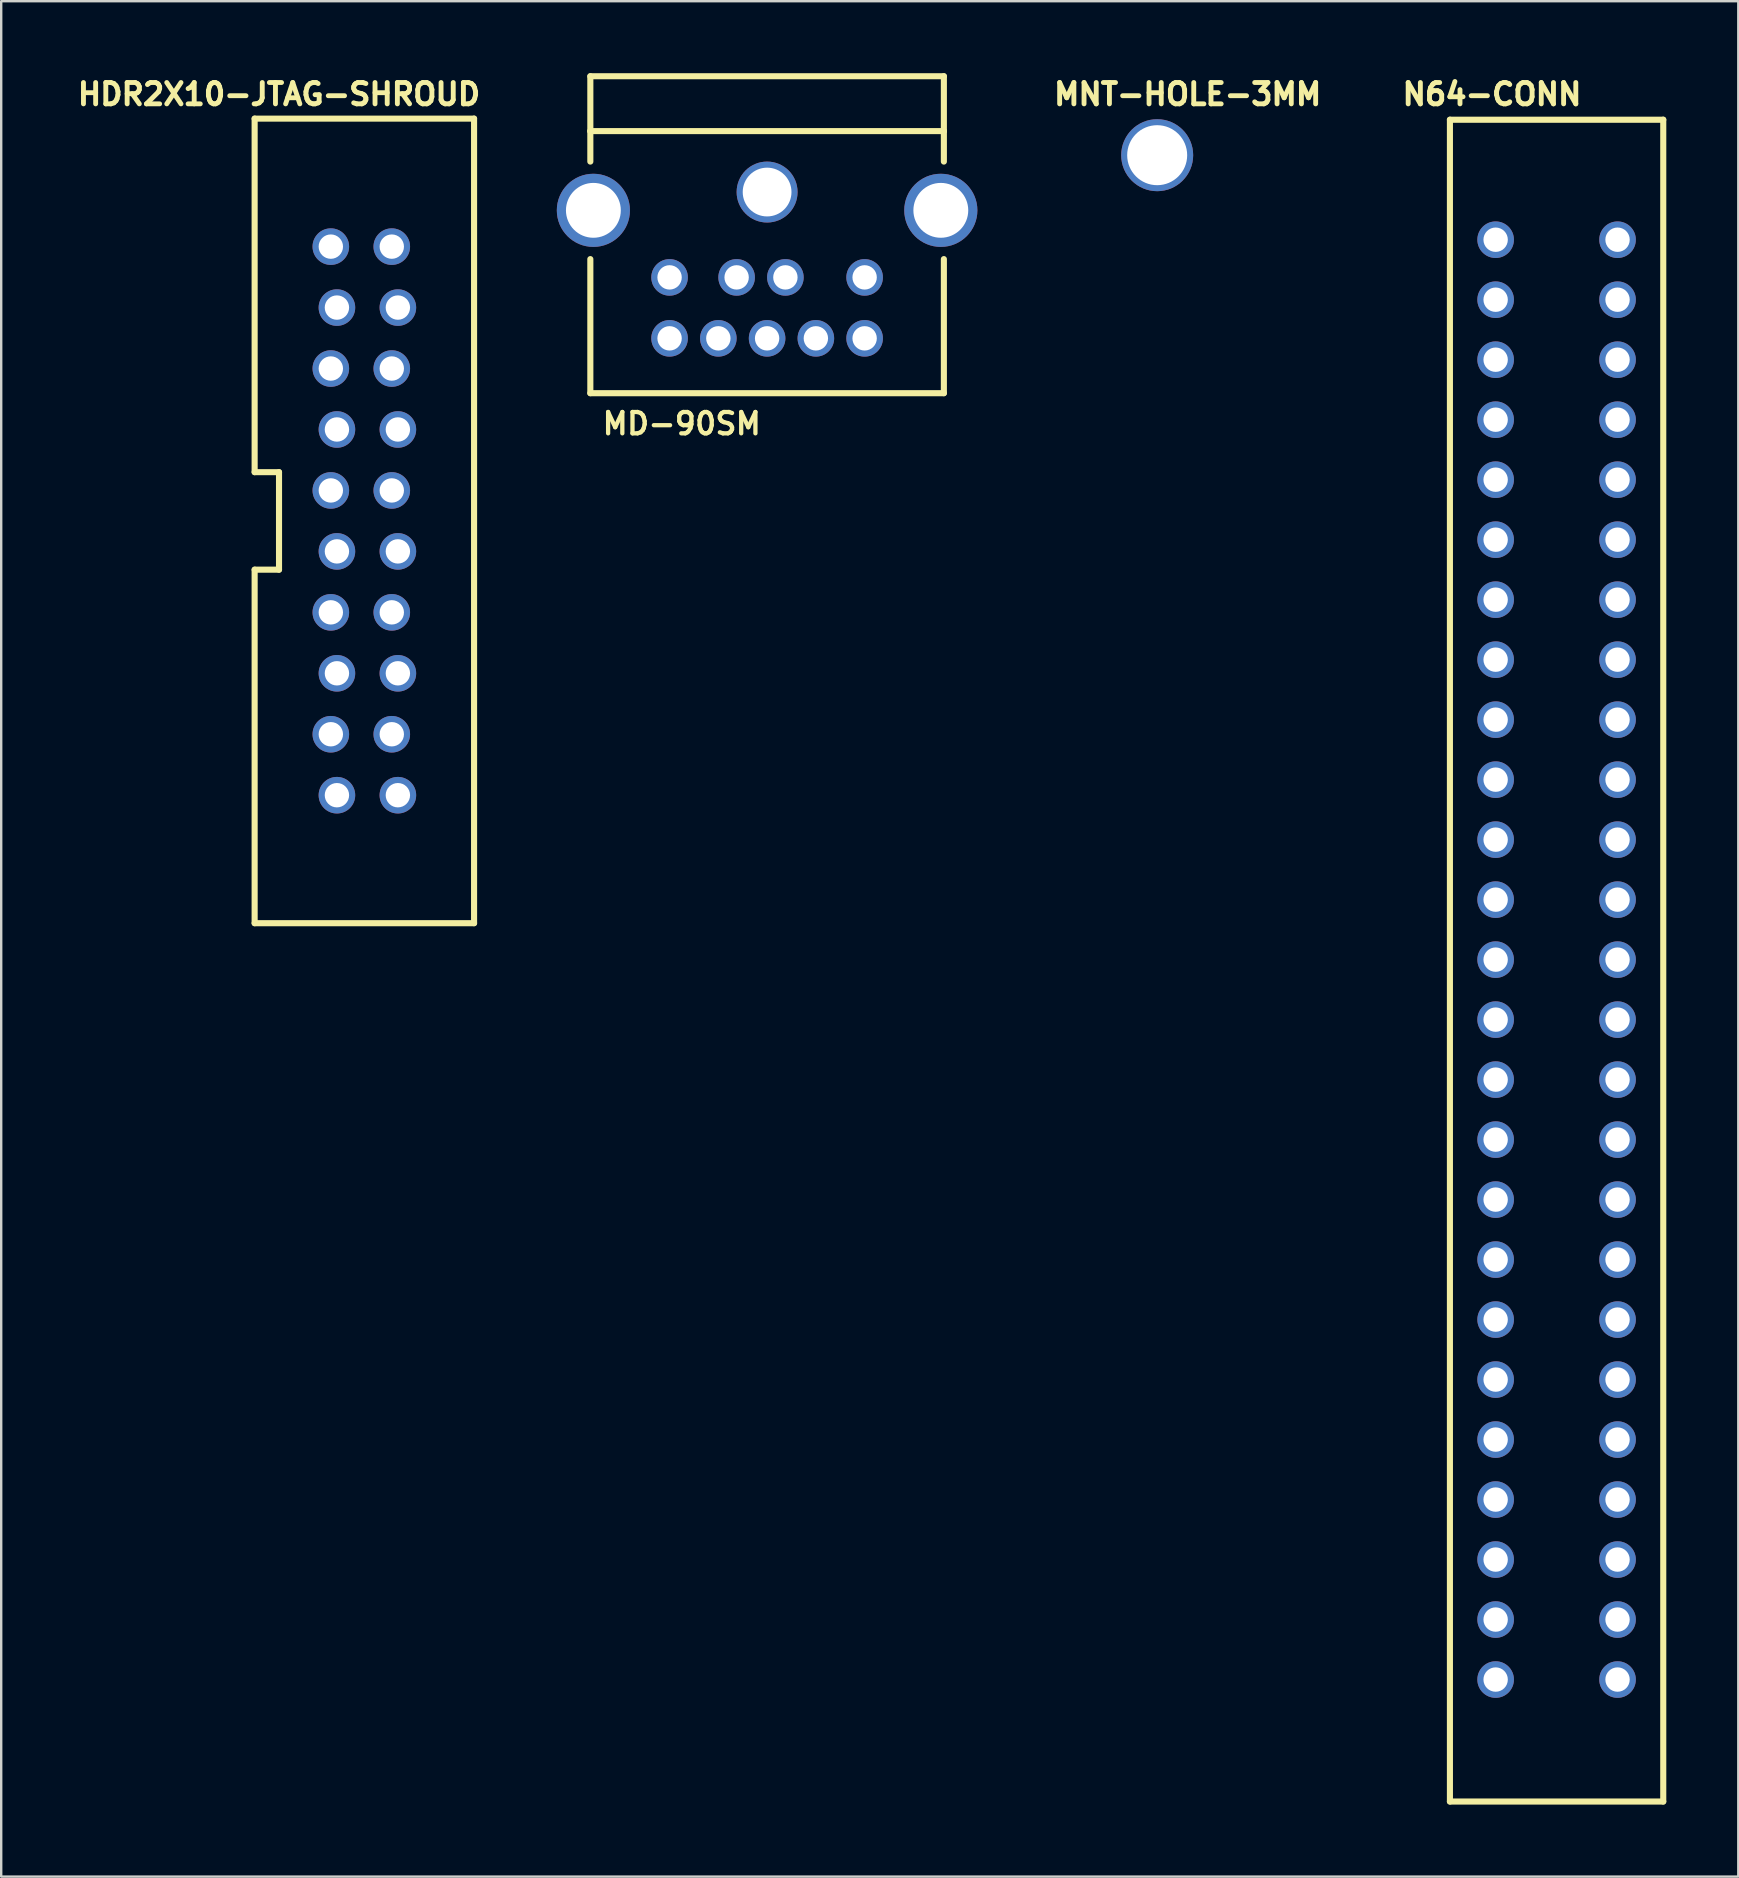
<source format=kicad_pcb>
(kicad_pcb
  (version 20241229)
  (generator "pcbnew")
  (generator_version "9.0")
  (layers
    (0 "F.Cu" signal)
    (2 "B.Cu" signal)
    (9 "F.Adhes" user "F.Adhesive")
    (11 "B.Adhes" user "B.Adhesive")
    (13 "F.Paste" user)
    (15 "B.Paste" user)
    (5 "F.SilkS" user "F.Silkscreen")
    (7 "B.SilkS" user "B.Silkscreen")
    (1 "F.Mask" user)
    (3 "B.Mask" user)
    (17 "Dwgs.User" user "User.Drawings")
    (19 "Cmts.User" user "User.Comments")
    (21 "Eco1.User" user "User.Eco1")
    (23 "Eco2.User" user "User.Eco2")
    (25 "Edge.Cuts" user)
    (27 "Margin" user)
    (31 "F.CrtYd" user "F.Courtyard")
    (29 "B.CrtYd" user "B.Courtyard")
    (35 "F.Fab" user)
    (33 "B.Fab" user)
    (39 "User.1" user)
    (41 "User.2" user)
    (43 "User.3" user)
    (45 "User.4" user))
  (footprint "MD-90SM"
    (layer "F.Cu")
    (at 28.916 11.049)
    (property "Reference" "MD-90SM" (at -3.556 3.556 0) (layer "F.SilkS") (effects (font (size 0.889 0.889) (thickness 0.178))))
    (attr through_hole)
    (fp_line (start -7.366 -10.922) (end 7.366 -10.922) (stroke (width 0.254) (type solid)) (layer "F.SilkS"))
    (fp_line (start -7.366 -8.636) (end -7.366 -10.922) (stroke (width 0.254) (type solid)) (layer "F.SilkS"))
    (fp_line (start -7.366 -8.636) (end 7.366 -8.636) (stroke (width 0.254) (type solid)) (layer "F.SilkS"))
    (fp_line (start -7.366 -7.366) (end -7.366 -8.636) (stroke (width 0.254) (type solid)) (layer "F.SilkS"))
    (fp_line (start -7.366 2.286) (end -7.366 -3.302) (stroke (width 0.254) (type solid)) (layer "F.SilkS"))
    (fp_line (start -7.366 2.286) (end 7.366 2.286) (stroke (width 0.254) (type solid)) (layer "F.SilkS"))
    (fp_line (start 7.366 -10.922) (end 7.366 -8.636) (stroke (width 0.254) (type solid)) (layer "F.SilkS"))
    (fp_line (start 7.366 -8.636) (end 7.366 -7.366) (stroke (width 0.254) (type solid)) (layer "F.SilkS"))
    (fp_line (start 7.366 2.286) (end 7.366 -3.302) (stroke (width 0.254) (type solid)) (layer "F.SilkS"))
    (pad "1" thru_hole circle (at -1.27 -2.54) (size 1.524 1.524) (drill 1.016) (layers "*.Cu" "*.Mask"))
    (pad "2" thru_hole circle (at 0.762 -2.54) (size 1.524 1.524) (drill 1.016) (layers "*.Cu" "*.Mask"))
    (pad "3" thru_hole circle (at -4.064 -2.54) (size 1.524 1.524) (drill 1.016) (layers "*.Cu" "*.Mask"))
    (pad "4" thru_hole circle (at -2.032 0) (size 1.524 1.524) (drill 1.016) (layers "*.Cu" "*.Mask"))
    (pad "5" thru_hole circle (at 0 0) (size 1.524 1.524) (drill 1.016) (layers "*.Cu" "*.Mask"))
    (pad "6" thru_hole circle (at 4.064 -2.54) (size 1.524 1.524) (drill 1.016) (layers "*.Cu" "*.Mask"))
    (pad "7" thru_hole circle (at -4.064 0) (size 1.524 1.524) (drill 1.016) (layers "*.Cu" "*.Mask"))
    (pad "8" thru_hole circle (at 2.032 0) (size 1.524 1.524) (drill 1.016) (layers "*.Cu" "*.Mask"))
    (pad "9" thru_hole circle (at 4.064 0) (size 1.524 1.524) (drill 1.016) (layers "*.Cu" "*.Mask"))
    (pad "10" thru_hole circle (at -7.239 -5.334) (size 3.048 3.048) (drill 2.286) (layers "*.Cu" "*.Mask"))
    (pad "10" thru_hole circle (at 0 -6.096) (size 2.54 2.54) (drill 2.032) (layers "*.Cu" "*.Mask"))
    (pad "10" thru_hole circle (at 7.239 -5.334) (size 3.048 3.048) (drill 2.286) (layers "*.Cu" "*.Mask")))
  (footprint "N64-CONN"
    (layer "F.Cu")
    (at 59.275 6.939)
    (property "Reference" "N64-CONN" (at -0.152 -6.062 0) (layer "F.SilkS") (effects (font (size 0.889 0.889) (thickness 0.203))))
    (attr through_hole)
    (fp_line (start -1.905 -5) (end -1.905 65.083) (stroke (width 0.254) (type solid)) (layer "F.SilkS"))
    (fp_line (start -1.905 -5) (end 6.985 -5) (stroke (width 0.254) (type solid)) (layer "F.SilkS"))
    (fp_line (start -1.905 65.083) (end 6.985 65.083) (stroke (width 0.254) (type solid)) (layer "F.SilkS"))
    (fp_line (start 6.985 -5) (end 6.985 65.083) (stroke (width 0.254) (type solid)) (layer "F.SilkS"))
    (pad "1" thru_hole circle (at 0 0) (size 1.524 1.524) (drill 1.016) (layers "*.Cu" "*.Mask"))
    (pad "2" thru_hole circle (at 0 2.5) (size 1.524 1.524) (drill 1.016) (layers "*.Cu" "*.Mask"))
    (pad "3" thru_hole circle (at 0 5) (size 1.524 1.524) (drill 1.016) (layers "*.Cu" "*.Mask"))
    (pad "4" thru_hole circle (at 0 7.5) (size 1.524 1.524) (drill 1.016) (layers "*.Cu" "*.Mask"))
    (pad "5" thru_hole circle (at 0 10) (size 1.524 1.524) (drill 1.016) (layers "*.Cu" "*.Mask"))
    (pad "6" thru_hole circle (at 0 12.5) (size 1.524 1.524) (drill 1.016) (layers "*.Cu" "*.Mask"))
    (pad "7" thru_hole circle (at 0 15) (size 1.524 1.524) (drill 1.016) (layers "*.Cu" "*.Mask"))
    (pad "8" thru_hole circle (at 0 17.5) (size 1.524 1.524) (drill 1.016) (layers "*.Cu" "*.Mask"))
    (pad "9" thru_hole circle (at 0 20) (size 1.524 1.524) (drill 1.016) (layers "*.Cu" "*.Mask"))
    (pad "10" thru_hole circle (at 0 22.5) (size 1.524 1.524) (drill 1.016) (layers "*.Cu" "*.Mask"))
    (pad "11" thru_hole circle (at 0 25) (size 1.524 1.524) (drill 1.016) (layers "*.Cu" "*.Mask"))
    (pad "12" thru_hole circle (at 0 27.5) (size 1.524 1.524) (drill 1.016) (layers "*.Cu" "*.Mask"))
    (pad "13" thru_hole circle (at 0 30) (size 1.524 1.524) (drill 1.016) (layers "*.Cu" "*.Mask"))
    (pad "14" thru_hole circle (at 0 32.5) (size 1.524 1.524) (drill 1.016) (layers "*.Cu" "*.Mask"))
    (pad "15" thru_hole circle (at 0 35) (size 1.524 1.524) (drill 1.016) (layers "*.Cu" "*.Mask"))
    (pad "16" thru_hole circle (at 0 37.5) (size 1.524 1.524) (drill 1.016) (layers "*.Cu" "*.Mask"))
    (pad "17" thru_hole circle (at 0 40) (size 1.524 1.524) (drill 1.016) (layers "*.Cu" "*.Mask"))
    (pad "18" thru_hole circle (at 0 42.5) (size 1.524 1.524) (drill 1.016) (layers "*.Cu" "*.Mask"))
    (pad "19" thru_hole circle (at 0 45) (size 1.524 1.524) (drill 1.016) (layers "*.Cu" "*.Mask"))
    (pad "20" thru_hole circle (at 0 47.5) (size 1.524 1.524) (drill 1.016) (layers "*.Cu" "*.Mask"))
    (pad "21" thru_hole circle (at 0 50) (size 1.524 1.524) (drill 1.016) (layers "*.Cu" "*.Mask"))
    (pad "22" thru_hole circle (at 0 52.5) (size 1.524 1.524) (drill 1.016) (layers "*.Cu" "*.Mask"))
    (pad "23" thru_hole circle (at 0 55) (size 1.524 1.524) (drill 1.016) (layers "*.Cu" "*.Mask"))
    (pad "24" thru_hole circle (at 0 57.5) (size 1.524 1.524) (drill 1.016) (layers "*.Cu" "*.Mask"))
    (pad "25" thru_hole circle (at 0 60) (size 1.524 1.524) (drill 1.016) (layers "*.Cu" "*.Mask"))
    (pad "26" thru_hole circle (at 5.08 0) (size 1.524 1.524) (drill 1.016) (layers "*.Cu" "*.Mask"))
    (pad "27" thru_hole circle (at 5.08 2.5) (size 1.524 1.524) (drill 1.016) (layers "*.Cu" "*.Mask"))
    (pad "28" thru_hole circle (at 5.08 5) (size 1.524 1.524) (drill 1.016) (layers "*.Cu" "*.Mask"))
    (pad "29" thru_hole circle (at 5.08 7.5) (size 1.524 1.524) (drill 1.016) (layers "*.Cu" "*.Mask"))
    (pad "30" thru_hole circle (at 5.08 10) (size 1.524 1.524) (drill 1.016) (layers "*.Cu" "*.Mask"))
    (pad "31" thru_hole circle (at 5.08 12.5) (size 1.524 1.524) (drill 1.016) (layers "*.Cu" "*.Mask"))
    (pad "32" thru_hole circle (at 5.08 15) (size 1.524 1.524) (drill 1.016) (layers "*.Cu" "*.Mask"))
    (pad "33" thru_hole circle (at 5.08 17.5) (size 1.524 1.524) (drill 1.016) (layers "*.Cu" "*.Mask"))
    (pad "34" thru_hole circle (at 5.08 20) (size 1.524 1.524) (drill 1.016) (layers "*.Cu" "*.Mask"))
    (pad "35" thru_hole circle (at 5.08 22.5) (size 1.524 1.524) (drill 1.016) (layers "*.Cu" "*.Mask"))
    (pad "36" thru_hole circle (at 5.08 25) (size 1.524 1.524) (drill 1.016) (layers "*.Cu" "*.Mask"))
    (pad "37" thru_hole circle (at 5.08 27.5) (size 1.524 1.524) (drill 1.016) (layers "*.Cu" "*.Mask"))
    (pad "38" thru_hole circle (at 5.08 30) (size 1.524 1.524) (drill 1.016) (layers "*.Cu" "*.Mask"))
    (pad "39" thru_hole circle (at 5.08 32.5) (size 1.524 1.524) (drill 1.016) (layers "*.Cu" "*.Mask"))
    (pad "40" thru_hole circle (at 5.08 35) (size 1.524 1.524) (drill 1.016) (layers "*.Cu" "*.Mask"))
    (pad "41" thru_hole circle (at 5.08 37.5) (size 1.524 1.524) (drill 1.016) (layers "*.Cu" "*.Mask"))
    (pad "42" thru_hole circle (at 5.08 40) (size 1.524 1.524) (drill 1.016) (layers "*.Cu" "*.Mask"))
    (pad "43" thru_hole circle (at 5.08 42.5) (size 1.524 1.524) (drill 1.016) (layers "*.Cu" "*.Mask"))
    (pad "44" thru_hole circle (at 5.08 45) (size 1.524 1.524) (drill 1.016) (layers "*.Cu" "*.Mask"))
    (pad "45" thru_hole circle (at 5.08 47.5) (size 1.524 1.524) (drill 1.016) (layers "*.Cu" "*.Mask"))
    (pad "46" thru_hole circle (at 5.08 50) (size 1.524 1.524) (drill 1.016) (layers "*.Cu" "*.Mask"))
    (pad "47" thru_hole circle (at 5.08 52.5) (size 1.524 1.524) (drill 1.016) (layers "*.Cu" "*.Mask"))
    (pad "48" thru_hole circle (at 5.08 55) (size 1.524 1.524) (drill 1.016) (layers "*.Cu" "*.Mask"))
    (pad "49" thru_hole circle (at 5.08 57.5) (size 1.524 1.524) (drill 1.016) (layers "*.Cu" "*.Mask"))
    (pad "50" thru_hole circle (at 5.08 60) (size 1.524 1.524) (drill 1.016) (layers "*.Cu" "*.Mask")))
  (footprint "MNT-HOLE-3MM"
    (layer "F.Cu")
    (at 45.171 3.417)
    (property "Reference" "MNT-HOLE-3MM" (at 1.27 -2.54 0) (layer "F.SilkS") (effects (font (size 0.889 0.889) (thickness 0.203))))
    (attr through_hole)
    (pad "1" thru_hole circle (at 0 0) (size 3 3) (drill 2.5) (layers "*.Cu" "*.Mask")))
  (footprint "HDR2X10-JTAG-SHROUD"
    (layer "F.Cu")
    (at 10.863 7.227)
    (property "Reference" "HDR2X10-JTAG-SHROUD" (at -2.286 -6.35 0) (layer "F.SilkS") (effects (font (size 0.889 0.889) (thickness 0.203))))
    (attr through_hole)
    (fp_line (start -3.302 -5.334) (end -3.302 9.398) (stroke (width 0.254) (type solid)) (layer "F.SilkS"))
    (fp_line (start -3.302 -5.334) (end 5.842 -5.334) (stroke (width 0.254) (type solid)) (layer "F.SilkS"))
    (fp_line (start -3.302 9.398) (end -2.286 9.398) (stroke (width 0.254) (type solid)) (layer "F.SilkS"))
    (fp_line (start -3.302 13.462) (end -3.302 28.194) (stroke (width 0.254) (type solid)) (layer "F.SilkS"))
    (fp_line (start -3.302 28.194) (end 5.842 28.194) (stroke (width 0.254) (type solid)) (layer "F.SilkS"))
    (fp_line (start -2.286 9.398) (end -2.286 13.462) (stroke (width 0.254) (type solid)) (layer "F.SilkS"))
    (fp_line (start -2.286 13.462) (end -3.302 13.462) (stroke (width 0.254) (type solid)) (layer "F.SilkS"))
    (fp_line (start 5.842 28.194) (end 5.842 -5.334) (stroke (width 0.254) (type solid)) (layer "F.SilkS"))
    (pad "1" thru_hole circle (at -0.127 0) (size 1.524 1.524) (drill 1.016) (layers "*.Cu" "*.Mask"))
    (pad "2" thru_hole circle (at 2.413 0) (size 1.524 1.524) (drill 1.016) (layers "*.Cu" "*.Mask"))
    (pad "3" thru_hole circle (at 0.127 2.54) (size 1.524 1.524) (drill 1.016) (layers "*.Cu" "*.Mask"))
    (pad "4" thru_hole circle (at 2.667 2.54) (size 1.524 1.524) (drill 1.016) (layers "*.Cu" "*.Mask"))
    (pad "5" thru_hole circle (at -0.127 5.08) (size 1.524 1.524) (drill 1.016) (layers "*.Cu" "*.Mask"))
    (pad "6" thru_hole circle (at 2.413 5.08) (size 1.524 1.524) (drill 1.016) (layers "*.Cu" "*.Mask"))
    (pad "7" thru_hole circle (at 0.127 7.62) (size 1.524 1.524) (drill 1.016) (layers "*.Cu" "*.Mask"))
    (pad "8" thru_hole circle (at 2.667 7.62) (size 1.524 1.524) (drill 1.016) (layers "*.Cu" "*.Mask"))
    (pad "9" thru_hole circle (at -0.127 10.16) (size 1.524 1.524) (drill 1.016) (layers "*.Cu" "*.Mask"))
    (pad "10" thru_hole circle (at 2.413 10.16) (size 1.524 1.524) (drill 1.016) (layers "*.Cu" "*.Mask"))
    (pad "11" thru_hole circle (at 0.127 12.7) (size 1.524 1.524) (drill 1.016) (layers "*.Cu" "*.Mask"))
    (pad "12" thru_hole circle (at 2.667 12.7) (size 1.524 1.524) (drill 1.016) (layers "*.Cu" "*.Mask"))
    (pad "13" thru_hole circle (at -0.127 15.24) (size 1.524 1.524) (drill 1.016) (layers "*.Cu" "*.Mask"))
    (pad "14" thru_hole circle (at 2.413 15.24) (size 1.524 1.524) (drill 1.016) (layers "*.Cu" "*.Mask"))
    (pad "15" thru_hole circle (at 0.127 17.78) (size 1.524 1.524) (drill 1.016) (layers "*.Cu" "*.Mask"))
    (pad "16" thru_hole circle (at 2.667 17.78) (size 1.524 1.524) (drill 1.016) (layers "*.Cu" "*.Mask"))
    (pad "17" thru_hole circle (at -0.127 20.32) (size 1.524 1.524) (drill 1.016) (layers "*.Cu" "*.Mask"))
    (pad "18" thru_hole circle (at 2.413 20.32) (size 1.524 1.524) (drill 1.016) (layers "*.Cu" "*.Mask"))
    (pad "19" thru_hole circle (at 0.127 22.86) (size 1.524 1.524) (drill 1.016) (layers "*.Cu" "*.Mask"))
    (pad "20" thru_hole circle (at 2.667 22.86) (size 1.524 1.524) (drill 1.016) (layers "*.Cu" "*.Mask")))
  (gr_rect
    (start -3 -3)
    (end 69.387 75.149)
    (stroke (width 0.1) (type default))
    (fill no)
    (layer "Edge.Cuts")))
</source>
